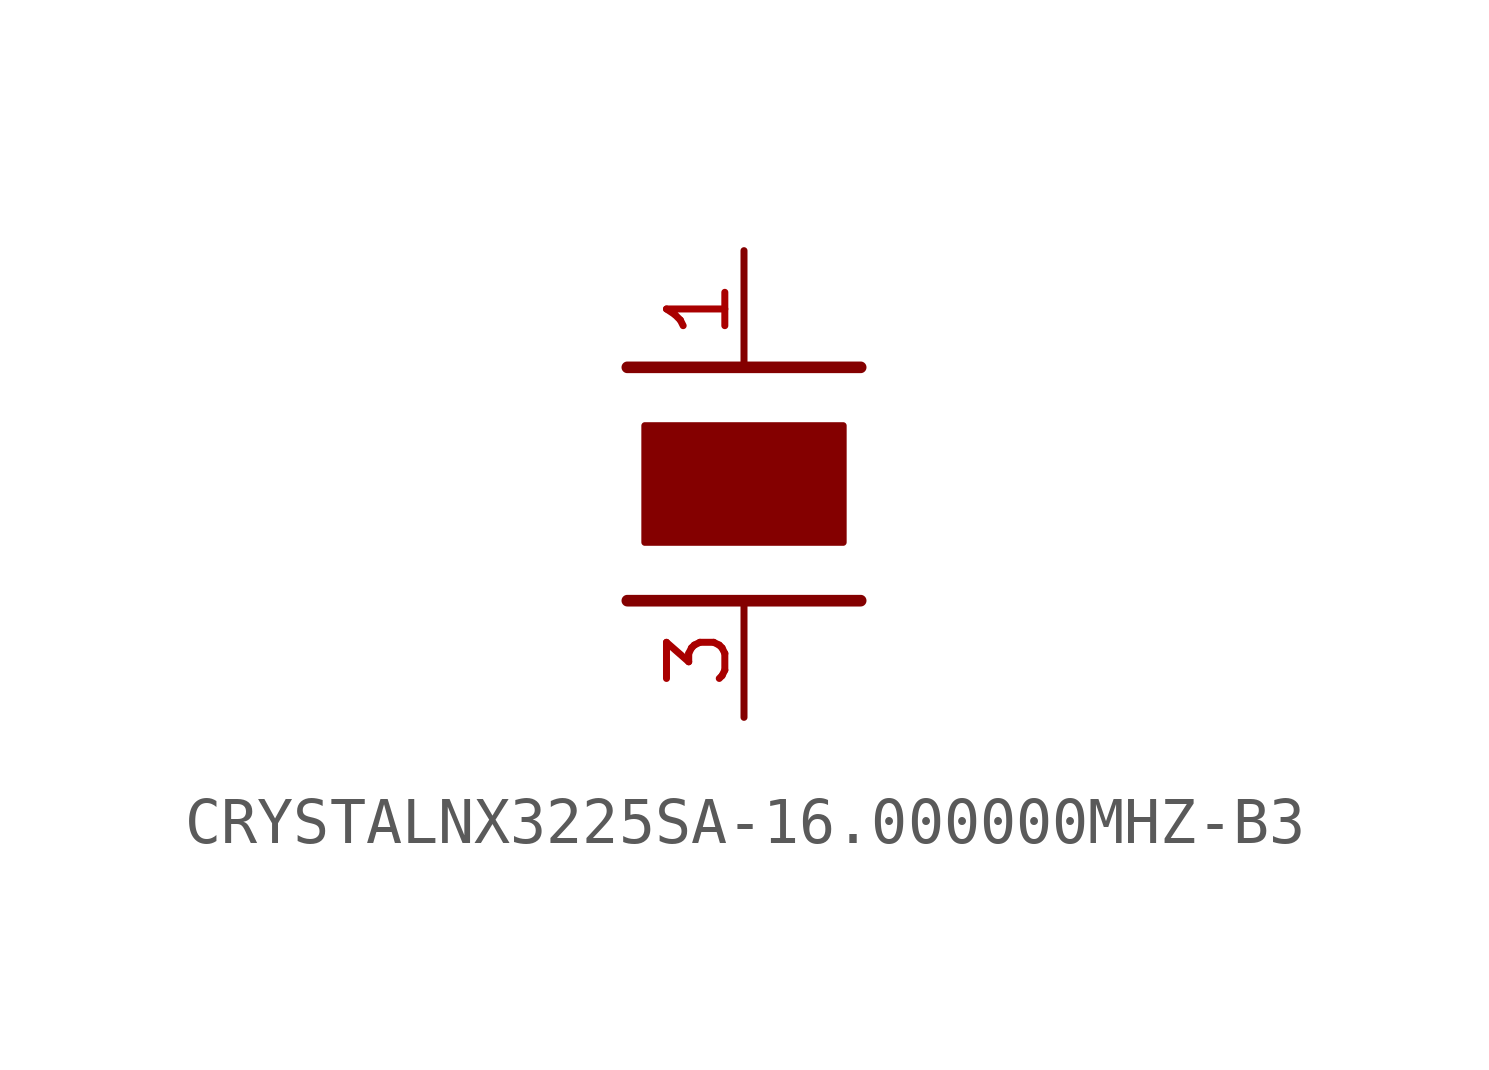
<source format=kicad_sym>
(kicad_symbol_lib
  (version 20220914)
  (generator kicad_symbol_editor)
  (symbol "CRYSTALNX3225SA-16.000000MHZ-B3"
    (property "Reference" ""
      (at 0 0 0)
      (effects (font (size 1.27 1.27)) hide))
    (property "ki_locked" ""
      (at 0 0 0)
      (effects (font (size 1.27 1.27))))
    (symbol "CRYSTALNX3225SA-16.000000MHZ-B3_1_0"
      (rectangle (start -2.159 -1.27) (end 2.159 1.27) (stroke (width 0) (type default)) (fill (type outline)))
      (polyline (pts (xy -2.54 2.54) (xy 2.54 2.54)) (stroke (width 0.254) (type solid)) (fill (type none)))
      (polyline (pts (xy 2.54 -2.54) (xy -2.54 -2.54)) (stroke (width 0.254) (type solid)) (fill (type none)))
      (pin bidirectional line (at 0 5.08 270) (length 2.54) (name "P$1" (effects (font (size 0 0)))) (number "1" (effects (font (size 1.27 1.27)))))
      (pin bidirectional line (at 0 -5.08 90) (length 2.54) (name "P$2" (effects (font (size 0 0)))) (number "3" (effects (font (size 1.27 1.27))))))))
</source>
